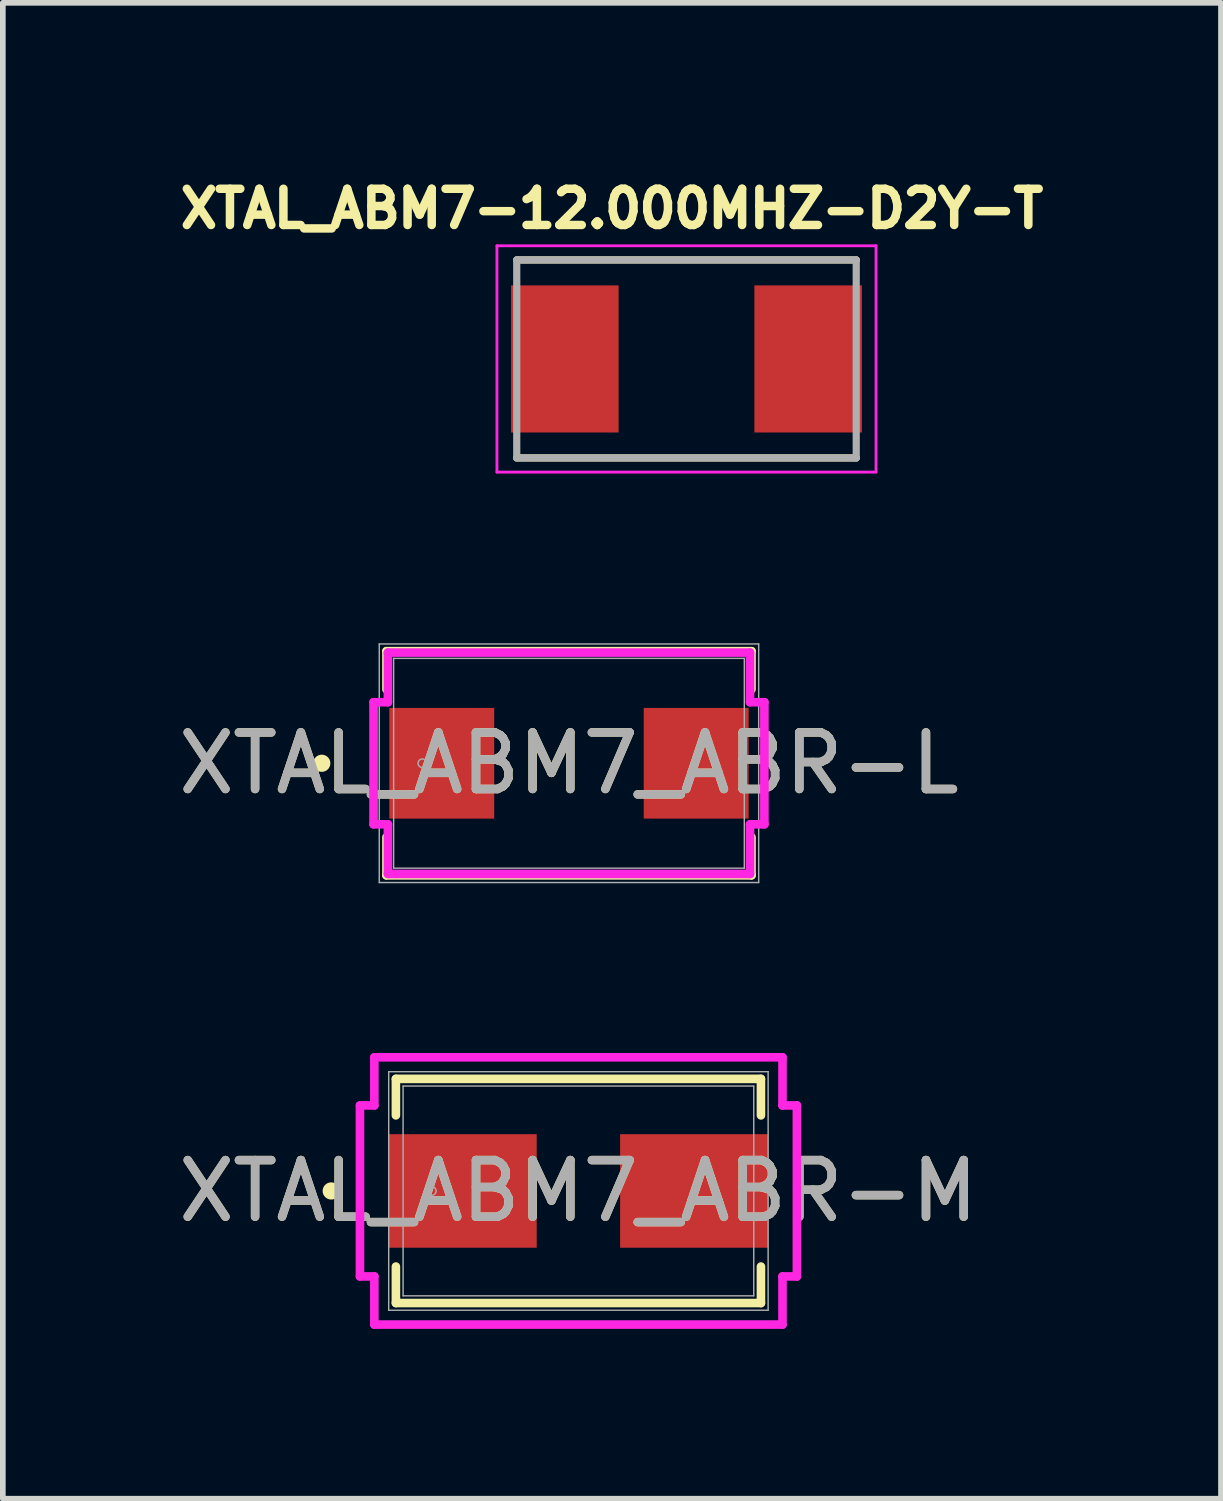
<source format=kicad_pcb>
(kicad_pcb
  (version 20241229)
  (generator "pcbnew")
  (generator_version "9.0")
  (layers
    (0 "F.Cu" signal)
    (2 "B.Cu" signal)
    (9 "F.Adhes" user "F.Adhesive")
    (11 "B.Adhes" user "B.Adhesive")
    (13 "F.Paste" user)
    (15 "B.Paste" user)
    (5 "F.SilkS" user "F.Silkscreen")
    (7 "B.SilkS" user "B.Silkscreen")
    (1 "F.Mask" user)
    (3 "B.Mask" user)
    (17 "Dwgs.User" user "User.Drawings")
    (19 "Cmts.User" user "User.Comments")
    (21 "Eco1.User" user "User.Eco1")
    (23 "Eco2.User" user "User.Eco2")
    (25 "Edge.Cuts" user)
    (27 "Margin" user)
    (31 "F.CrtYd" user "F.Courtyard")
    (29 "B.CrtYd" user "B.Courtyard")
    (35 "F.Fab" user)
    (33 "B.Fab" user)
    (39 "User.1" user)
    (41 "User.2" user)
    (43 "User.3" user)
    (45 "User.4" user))
  (footprint "XTAL_ABM7-12.000MHZ-D2Y-T"
    (layer "F.Cu")
    (at 9.083 3.294)
    (property "Reference" "XTAL_ABM7-12.000MHZ-D2Y-T" (at -1.318 -2.656 0) (layer "F.SilkS") (effects (font (size 0.64 0.64) (thickness 0.15))))
    (attr smd)
    (fp_line (start -3 -1.75) (end 3 -1.75) (stroke (width 0.127) (type solid)) (layer "F.SilkS"))
    (fp_line (start -3 1.75) (end 3 1.75) (stroke (width 0.127) (type solid)) (layer "F.SilkS"))
    (fp_line (start -3.35 -2) (end -3.35 2) (stroke (width 0.05) (type solid)) (layer "F.CrtYd"))
    (fp_line (start -3.35 2) (end 3.35 2) (stroke (width 0.05) (type solid)) (layer "F.CrtYd"))
    (fp_line (start 3.35 -2) (end -3.35 -2) (stroke (width 0.05) (type solid)) (layer "F.CrtYd"))
    (fp_line (start 3.35 2) (end 3.35 -2) (stroke (width 0.05) (type solid)) (layer "F.CrtYd"))
    (fp_line (start -3 -1.75) (end -3 1.75) (stroke (width 0.127) (type solid)) (layer "F.Fab"))
    (fp_line (start -3 -1.75) (end 3 -1.75) (stroke (width 0.127) (type solid)) (layer "F.Fab"))
    (fp_line (start -3 1.75) (end 3 1.75) (stroke (width 0.127) (type solid)) (layer "F.Fab"))
    (fp_line (start 3 -1.75) (end 3 1.75) (stroke (width 0.127) (type solid)) (layer "F.Fab"))
    (pad "1" smd rect (at -2.15 0) (size 1.9 2.6) (layers "F.Cu" "F.Mask" "F.Paste"))
    (pad "2" smd rect (at 2.15 0) (size 1.9 2.6) (layers "F.Cu" "F.Mask" "F.Paste")))
  (footprint "XTAL_ABM7_ABR-L"
    (layer "F.Cu")
    (at 7.006 10.44)
    (property "Reference" "XTAL_ABM7_ABR-L" (at 0 0 0) (unlocked yes) (layer "F.SilkS") (effects (font (size 1 1) (thickness 0.15))))
    (attr smd)
    (fp_line (start -3.226 -1.981) (end -3.226 -1.307) (stroke (width 0.152) (type solid)) (layer "F.SilkS"))
    (fp_line (start -3.226 1.307) (end -3.226 1.981) (stroke (width 0.152) (type solid)) (layer "F.SilkS"))
    (fp_line (start -3.226 1.981) (end 3.226 1.981) (stroke (width 0.152) (type solid)) (layer "F.SilkS"))
    (fp_line (start 3.226 -1.981) (end -3.226 -1.981) (stroke (width 0.152) (type solid)) (layer "F.SilkS"))
    (fp_line (start 3.226 -1.307) (end 3.226 -1.981) (stroke (width 0.152) (type solid)) (layer "F.SilkS"))
    (fp_line (start 3.226 1.981) (end 3.226 1.307) (stroke (width 0.152) (type solid)) (layer "F.SilkS"))
    (fp_circle (center -4.369 0) (end -4.293 0) (stroke (width 0.152) (type solid)) (fill no) (layer "F.SilkS"))
    (fp_line (start -3.454 -1.079) (end -3.2 -1.079) (stroke (width 0.152) (type solid)) (layer "F.CrtYd"))
    (fp_line (start -3.454 1.079) (end -3.454 -1.079) (stroke (width 0.152) (type solid)) (layer "F.CrtYd"))
    (fp_line (start -3.2 -1.956) (end 3.2 -1.956) (stroke (width 0.152) (type solid)) (layer "F.CrtYd"))
    (fp_line (start -3.2 -1.079) (end -3.2 -1.956) (stroke (width 0.152) (type solid)) (layer "F.CrtYd"))
    (fp_line (start -3.2 1.079) (end -3.454 1.079) (stroke (width 0.152) (type solid)) (layer "F.CrtYd"))
    (fp_line (start -3.2 1.956) (end -3.2 1.079) (stroke (width 0.152) (type solid)) (layer "F.CrtYd"))
    (fp_line (start 3.2 -1.956) (end 3.2 -1.079) (stroke (width 0.152) (type solid)) (layer "F.CrtYd"))
    (fp_line (start 3.2 -1.079) (end 3.454 -1.079) (stroke (width 0.152) (type solid)) (layer "F.CrtYd"))
    (fp_line (start 3.2 1.079) (end 3.2 1.956) (stroke (width 0.152) (type solid)) (layer "F.CrtYd"))
    (fp_line (start 3.2 1.956) (end -3.2 1.956) (stroke (width 0.152) (type solid)) (layer "F.CrtYd"))
    (fp_line (start 3.454 -1.079) (end 3.454 1.079) (stroke (width 0.152) (type solid)) (layer "F.CrtYd"))
    (fp_line (start 3.454 1.079) (end 3.2 1.079) (stroke (width 0.152) (type solid)) (layer "F.CrtYd"))
    (fp_line (start -3.353 -2.108) (end 3.353 -2.108) (stroke (width 0.025) (type solid)) (layer "F.Fab"))
    (fp_line (start -3.353 2.108) (end -3.353 -2.108) (stroke (width 0.025) (type solid)) (layer "F.Fab"))
    (fp_line (start -3.099 -1.854) (end -3.099 1.854) (stroke (width 0.025) (type solid)) (layer "F.Fab"))
    (fp_line (start -3.099 1.854) (end 3.099 1.854) (stroke (width 0.025) (type solid)) (layer "F.Fab"))
    (fp_line (start 3.099 -1.854) (end -3.099 -1.854) (stroke (width 0.025) (type solid)) (layer "F.Fab"))
    (fp_line (start 3.099 1.854) (end 3.099 -1.854) (stroke (width 0.025) (type solid)) (layer "F.Fab"))
    (fp_line (start 3.353 -2.108) (end 3.353 2.108) (stroke (width 0.025) (type solid)) (layer "F.Fab"))
    (fp_line (start 3.353 2.108) (end -3.353 2.108) (stroke (width 0.025) (type solid)) (layer "F.Fab"))
    (fp_circle (center -2.591 0) (end -2.515 0) (stroke (width 0.025) (type solid)) (fill no) (layer "F.Fab"))
    (fp_text user "${REFERENCE}" (at 0 0 0) (unlocked yes) (layer "F.Fab") (effects (font (size 1 1) (thickness 0.15))))
    (pad "1" smd rect (at -2.248 0 90) (size 1.956 1.854) (layers "F.Cu" "F.Mask" "F.Paste"))
    (pad "2" smd rect (at 2.248 0 90) (size 1.956 1.854) (layers "F.Cu" "F.Mask" "F.Paste"))
    (zone (net_name "") (layer "F.Cu") (hatch full 0.508) (connect_pads) (min_thickness 0.254) (filled_areas_thickness no) (keepout (tracks not_allowed) (vias not_allowed) (pads allowed) (copperpour not_allowed) (footprints allowed)) (placement (enabled no)) (fill) (polygon (pts (xy 3.958 8.637) (xy 10.054 8.637) (xy 10.054 9.386) (xy 3.958 9.386))))
    (zone (net_name "") (layer "F.Cu") (hatch full 0.508) (connect_pads) (min_thickness 0.254) (filled_areas_thickness no) (keepout (tracks not_allowed) (vias not_allowed) (pads allowed) (copperpour not_allowed) (footprints allowed)) (placement (enabled no)) (fill) (polygon (pts (xy 3.958 11.494) (xy 10.054 11.494) (xy 10.054 12.243) (xy 3.958 12.243))))
    (zone (net_name "") (layer "F.Cu") (hatch full 0.508) (connect_pads) (min_thickness 0.254) (filled_areas_thickness no) (keepout (tracks not_allowed) (vias not_allowed) (pads allowed) (copperpour not_allowed) (footprints allowed)) (placement (enabled no)) (fill) (polygon (pts (xy 5.736 9.386) (xy 8.276 9.386) (xy 8.276 11.494) (xy 5.736 11.494)))))
  (footprint "XTAL_ABM7_ABR-M"
    (layer "F.Cu")
    (at 7.173 17.999)
    (property "Reference" "XTAL_ABM7_ABR-M" (at 0 0 0) (unlocked yes) (layer "F.SilkS") (effects (font (size 1 1) (thickness 0.15))))
    (attr smd)
    (fp_line (start -3.226 -1.981) (end -3.226 -1.336) (stroke (width 0.152) (type solid)) (layer "F.SilkS"))
    (fp_line (start -3.226 1.336) (end -3.226 1.981) (stroke (width 0.152) (type solid)) (layer "F.SilkS"))
    (fp_line (start -3.226 1.981) (end 3.226 1.981) (stroke (width 0.152) (type solid)) (layer "F.SilkS"))
    (fp_line (start 3.226 -1.981) (end -3.226 -1.981) (stroke (width 0.152) (type solid)) (layer "F.SilkS"))
    (fp_line (start 3.226 -1.336) (end 3.226 -1.981) (stroke (width 0.152) (type solid)) (layer "F.SilkS"))
    (fp_line (start 3.226 1.981) (end 3.226 1.336) (stroke (width 0.152) (type solid)) (layer "F.SilkS"))
    (fp_circle (center -4.369 0) (end -4.293 0) (stroke (width 0.152) (type solid)) (fill no) (layer "F.SilkS"))
    (fp_line (start -3.861 -1.511) (end -3.607 -1.511) (stroke (width 0.152) (type solid)) (layer "F.CrtYd"))
    (fp_line (start -3.861 1.511) (end -3.861 -1.511) (stroke (width 0.152) (type solid)) (layer "F.CrtYd"))
    (fp_line (start -3.607 -2.362) (end 3.607 -2.362) (stroke (width 0.152) (type solid)) (layer "F.CrtYd"))
    (fp_line (start -3.607 -1.511) (end -3.607 -2.362) (stroke (width 0.152) (type solid)) (layer "F.CrtYd"))
    (fp_line (start -3.607 1.511) (end -3.861 1.511) (stroke (width 0.152) (type solid)) (layer "F.CrtYd"))
    (fp_line (start -3.607 2.362) (end -3.607 1.511) (stroke (width 0.152) (type solid)) (layer "F.CrtYd"))
    (fp_line (start 3.607 -2.362) (end 3.607 -1.511) (stroke (width 0.152) (type solid)) (layer "F.CrtYd"))
    (fp_line (start 3.607 -1.511) (end 3.861 -1.511) (stroke (width 0.152) (type solid)) (layer "F.CrtYd"))
    (fp_line (start 3.607 1.511) (end 3.607 2.362) (stroke (width 0.152) (type solid)) (layer "F.CrtYd"))
    (fp_line (start 3.607 2.362) (end -3.607 2.362) (stroke (width 0.152) (type solid)) (layer "F.CrtYd"))
    (fp_line (start 3.861 -1.511) (end 3.861 1.511) (stroke (width 0.152) (type solid)) (layer "F.CrtYd"))
    (fp_line (start 3.861 1.511) (end 3.607 1.511) (stroke (width 0.152) (type solid)) (layer "F.CrtYd"))
    (fp_line (start -3.353 -2.108) (end 3.353 -2.108) (stroke (width 0.025) (type solid)) (layer "F.Fab"))
    (fp_line (start -3.353 2.108) (end -3.353 -2.108) (stroke (width 0.025) (type solid)) (layer "F.Fab"))
    (fp_line (start -3.099 -1.854) (end -3.099 1.854) (stroke (width 0.025) (type solid)) (layer "F.Fab"))
    (fp_line (start -3.099 1.854) (end 3.099 1.854) (stroke (width 0.025) (type solid)) (layer "F.Fab"))
    (fp_line (start 3.099 -1.854) (end -3.099 -1.854) (stroke (width 0.025) (type solid)) (layer "F.Fab"))
    (fp_line (start 3.099 1.854) (end 3.099 -1.854) (stroke (width 0.025) (type solid)) (layer "F.Fab"))
    (fp_line (start 3.353 -2.108) (end 3.353 2.108) (stroke (width 0.025) (type solid)) (layer "F.Fab"))
    (fp_line (start 3.353 2.108) (end -3.353 2.108) (stroke (width 0.025) (type solid)) (layer "F.Fab"))
    (fp_circle (center -2.591 0) (end -2.515 0) (stroke (width 0.025) (type solid)) (fill no) (layer "F.Fab"))
    (fp_text user "${REFERENCE}" (at 0 0 0) (unlocked yes) (layer "F.Fab") (effects (font (size 1 1) (thickness 0.15))))
    (pad "1" smd rect (at -2.045 0 90) (size 2.007 2.616) (layers "F.Cu" "F.Mask" "F.Paste"))
    (pad "2" smd rect (at 2.045 0 90) (size 2.007 2.616) (layers "F.Cu" "F.Mask" "F.Paste"))
    (zone (net_name "") (layer "F.Cu") (hatch full 0.508) (connect_pads) (min_thickness 0.254) (filled_areas_thickness no) (keepout (tracks not_allowed) (vias not_allowed) (pads allowed) (copperpour not_allowed) (footprints allowed)) (placement (enabled no)) (fill) (polygon (pts (xy 4.125 16.196) (xy 10.221 16.196) (xy 10.221 16.945) (xy 4.125 16.945))))
    (zone (net_name "") (layer "F.Cu") (hatch full 0.508) (connect_pads) (min_thickness 0.254) (filled_areas_thickness no) (keepout (tracks not_allowed) (vias not_allowed) (pads allowed) (copperpour not_allowed) (footprints allowed)) (placement (enabled no)) (fill) (polygon (pts (xy 4.125 19.053) (xy 10.221 19.053) (xy 10.221 19.803) (xy 4.125 19.803))))
    (zone (net_name "") (layer "F.Cu") (hatch full 0.508) (connect_pads) (min_thickness 0.254) (filled_areas_thickness no) (keepout (tracks not_allowed) (vias not_allowed) (pads allowed) (copperpour not_allowed) (footprints allowed)) (placement (enabled no)) (fill) (polygon (pts (xy 6.487 16.945) (xy 7.858 16.945) (xy 7.858 19.053) (xy 6.487 19.053)))))
  (gr_rect
    (start -3 -3)
    (end 18.53 23.438)
    (stroke (width 0.1) (type default))
    (fill no)
    (layer "Edge.Cuts")))
</source>
